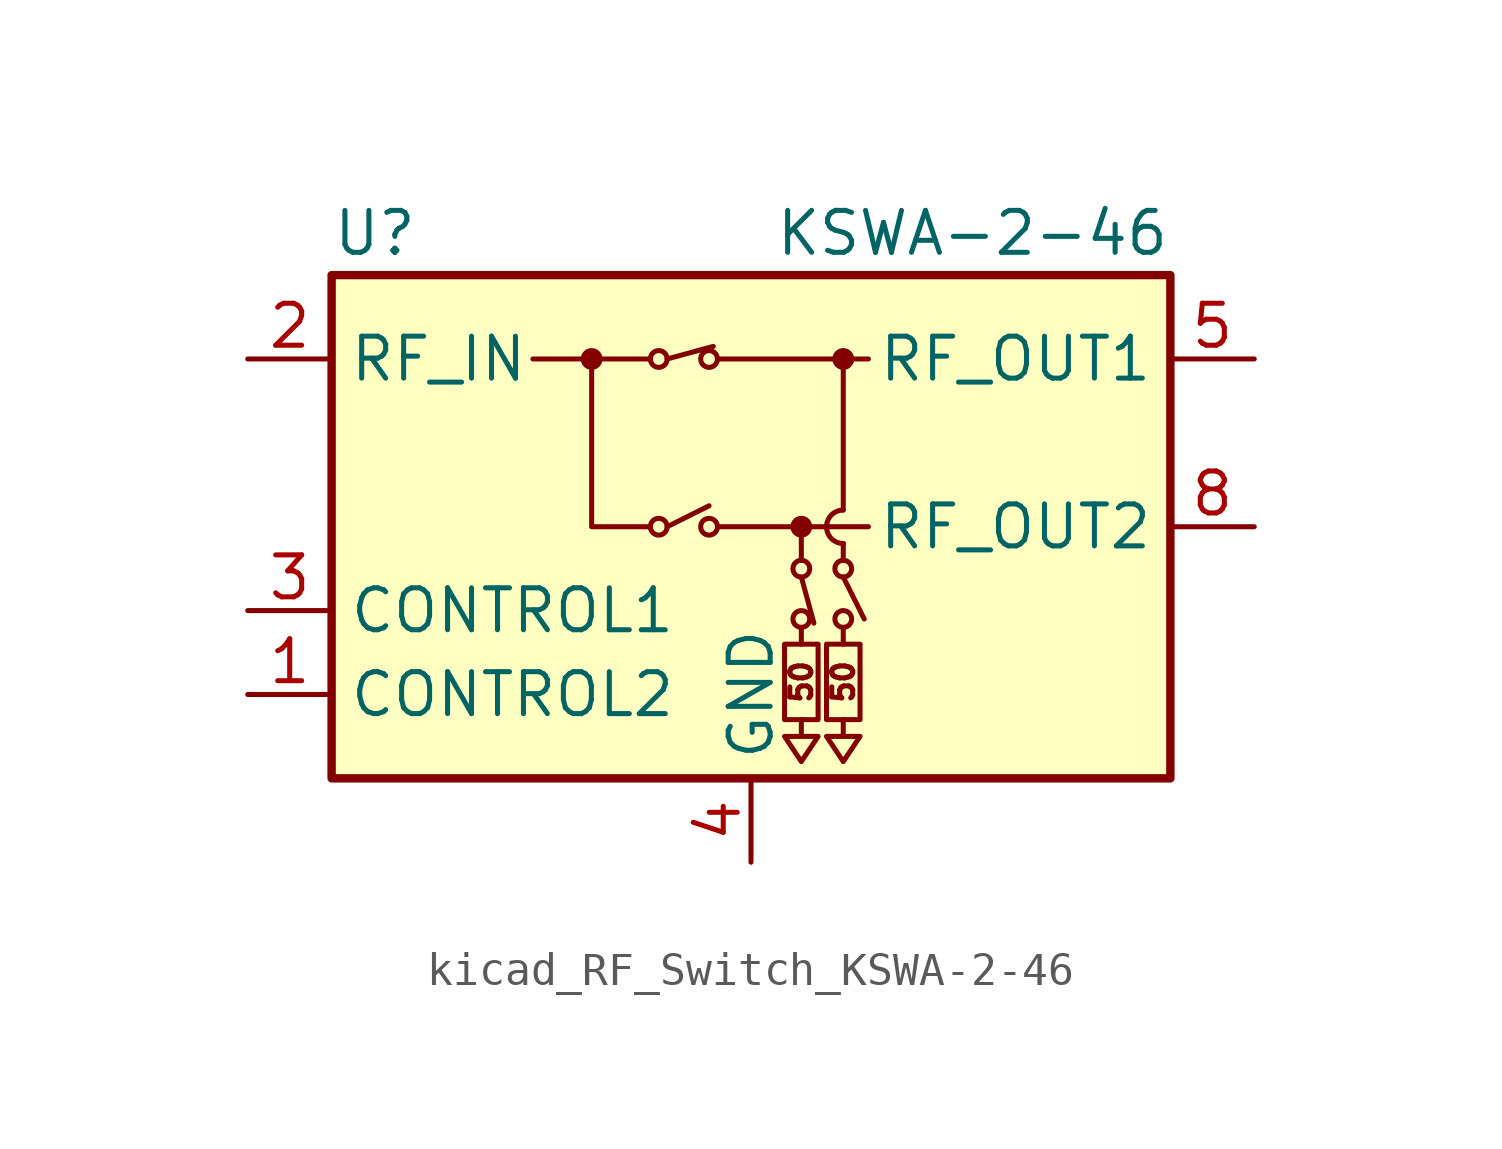
<source format=kicad_sym>
(kicad_symbol_lib
  (version 20220914)
  (generator kicad_symbol_editor)
  (symbol "kicad_RF_Switch_KSWA-2-46"
    (property "Reference" "U"
      (at -12.7 8.89 0)
      (effects (font (size 1.27 1.27)) (justify left)))
    (property "Value" "KSWA-2-46"
      (at 12.7 8.89 0)
      (effects (font (size 1.27 1.27)) (justify right)))
    (symbol "kicad_RF_Switch_KSWA-2-46_0_0"
      (text "50" (at 1.524 -4.699 900) (effects (font (size 0.635 0.635))))
      (text "50" (at 2.794 -4.699 900) (effects (font (size 0.635 0.635)))))
    (symbol "kicad_RF_Switch_KSWA-2-46_0_1"
      (rectangle (start -12.7 7.62) (end 12.7 -7.62) (stroke (width 0.254) (type default)) (fill (type background)))
      (circle (center -4.826 5.08) (radius 0.254) (stroke (width 0) (type default)) (fill (type outline)))
      (circle (center -2.794 0) (radius 0.254) (stroke (width 0) (type default)) (fill (type none)))
      (circle (center -2.794 5.08) (radius 0.254) (stroke (width 0) (type default)) (fill (type none)))
      (circle (center -1.27 0) (radius 0.254) (stroke (width 0) (type default)) (fill (type none)))
      (circle (center -1.27 5.08) (radius 0.254) (stroke (width 0) (type default)) (fill (type none)))
      (polyline (pts (xy -3.048 5.08) (xy -6.604 5.08)) (stroke (width 0) (type default)) (fill (type none)))
      (polyline (pts (xy -2.54 0) (xy -1.27 0.635)) (stroke (width 0) (type default)) (fill (type none)))
      (polyline (pts (xy -2.54 5.08) (xy -1.143 5.461)) (stroke (width 0) (type default)) (fill (type none)))
      (polyline (pts (xy -1.016 0) (xy 3.556 0)) (stroke (width 0) (type default)) (fill (type none)))
      (polyline (pts (xy -1.016 5.08) (xy 3.556 5.08)) (stroke (width 0) (type default)) (fill (type none)))
      (polyline (pts (xy 1.524 -3.048) (xy 1.524 -3.556)) (stroke (width 0) (type default)) (fill (type none)))
      (polyline (pts (xy 1.524 -1.524) (xy 1.905 -2.921)) (stroke (width 0) (type default)) (fill (type none)))
      (polyline (pts (xy 1.524 -1.016) (xy 1.524 0)) (stroke (width 0) (type default)) (fill (type none)))
      (polyline (pts (xy 2.794 -3.048) (xy 2.794 -3.556)) (stroke (width 0) (type default)) (fill (type none)))
      (polyline (pts (xy 2.794 -1.524) (xy 3.429 -2.794)) (stroke (width 0) (type default)) (fill (type none)))
      (polyline (pts (xy 2.794 -0.508) (xy 2.794 -1.016)) (stroke (width 0) (type default)) (fill (type none)))
      (polyline (pts (xy 2.794 5.08) (xy 2.794 0.508)) (stroke (width 0) (type default)) (fill (type none)))
      (polyline (pts (xy -4.826 5.08) (xy -4.826 0) (xy -3.048 0)) (stroke (width 0) (type default)) (fill (type none)))
      (polyline (pts (xy 1.524 -5.842) (xy 1.524 -6.35) (xy 1.016 -6.35) (xy 1.524 -7.112) (xy 2.032 -6.35) (xy 1.524 -6.35)) (stroke (width 0) (type default)) (fill (type none)))
      (polyline (pts (xy 2.794 -5.842) (xy 2.794 -6.35) (xy 2.286 -6.35) (xy 2.794 -7.112) (xy 3.302 -6.35) (xy 2.794 -6.35)) (stroke (width 0) (type default)) (fill (type none)))
      (rectangle (start 1.016 -3.556) (end 2.032 -5.842) (stroke (width 0) (type default)) (fill (type none)))
      (circle (center 1.524 -2.794) (radius 0.254) (stroke (width 0) (type default)) (fill (type none)))
      (circle (center 1.524 -1.27) (radius 0.254) (stroke (width 0) (type default)) (fill (type none)))
      (circle (center 1.524 0) (radius 0.254) (stroke (width 0) (type default)) (fill (type outline)))
      (rectangle (start 2.286 -3.556) (end 3.302 -5.842) (stroke (width 0) (type default)) (fill (type none)))
      (circle (center 2.794 -2.794) (radius 0.254) (stroke (width 0) (type default)) (fill (type none)))
      (circle (center 2.794 -1.27) (radius 0.254) (stroke (width 0) (type default)) (fill (type none)))
      (arc (start 2.794 0.508) (mid 2.2882 0) (end 2.794 -0.508) (stroke (width 0) (type default)) (fill (type none)))
      (circle (center 2.794 5.08) (radius 0.254) (stroke (width 0) (type default)) (fill (type outline))))
    (symbol "kicad_RF_Switch_KSWA-2-46_1_1"
      (pin input line (at -15.24 -5.08 0) (length 2.54) (name "CONTROL2" (effects (font (size 1.27 1.27)))) (number "1" (effects (font (size 1.27 1.27)))))
      (pin passive line (at -15.24 5.08 0) (length 2.54) (name "RF_IN" (effects (font (size 1.27 1.27)))) (number "2" (effects (font (size 1.27 1.27)))))
      (pin input line (at -15.24 -2.54 0) (length 2.54) (name "CONTROL1" (effects (font (size 1.27 1.27)))) (number "3" (effects (font (size 1.27 1.27)))))
      (pin power_in line (at 0 -10.16 90) (length 2.54) (name "GND" (effects (font (size 1.27 1.27)))) (number "4" (effects (font (size 1.27 1.27)))))
      (pin passive line (at 15.24 5.08 180) (length 2.54) (name "RF_OUT1" (effects (font (size 1.27 1.27)))) (number "5" (effects (font (size 1.27 1.27)))))
      (pin passive line (at 0 -10.16 90) (length 2.54) hide (name "GND" (effects (font (size 1.27 1.27)))) (number "6" (effects (font (size 1.27 1.27)))))
      (pin passive line (at 0 -10.16 90) (length 2.54) hide (name "GND" (effects (font (size 1.27 1.27)))) (number "7" (effects (font (size 1.27 1.27)))))
      (pin passive line (at 15.24 0 180) (length 2.54) (name "RF_OUT2" (effects (font (size 1.27 1.27)))) (number "8" (effects (font (size 1.27 1.27))))))))
</source>
